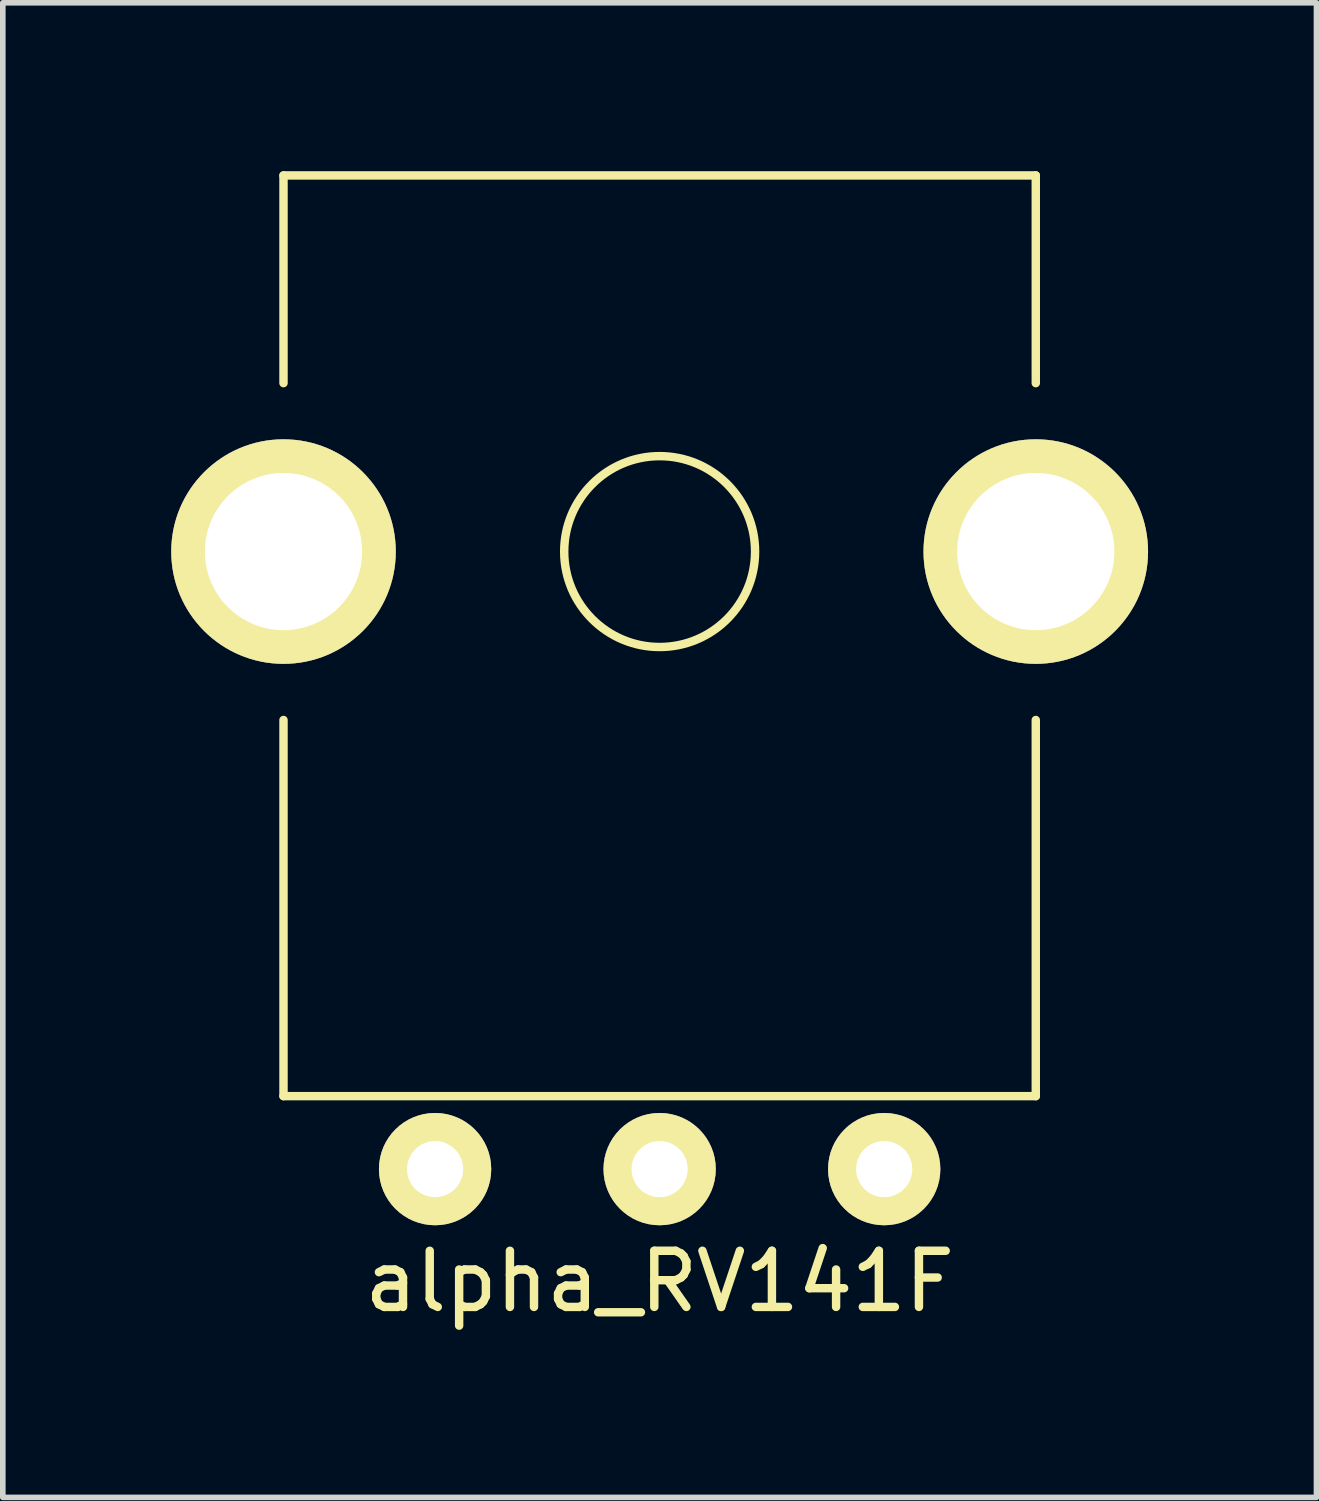
<source format=kicad_pcb>
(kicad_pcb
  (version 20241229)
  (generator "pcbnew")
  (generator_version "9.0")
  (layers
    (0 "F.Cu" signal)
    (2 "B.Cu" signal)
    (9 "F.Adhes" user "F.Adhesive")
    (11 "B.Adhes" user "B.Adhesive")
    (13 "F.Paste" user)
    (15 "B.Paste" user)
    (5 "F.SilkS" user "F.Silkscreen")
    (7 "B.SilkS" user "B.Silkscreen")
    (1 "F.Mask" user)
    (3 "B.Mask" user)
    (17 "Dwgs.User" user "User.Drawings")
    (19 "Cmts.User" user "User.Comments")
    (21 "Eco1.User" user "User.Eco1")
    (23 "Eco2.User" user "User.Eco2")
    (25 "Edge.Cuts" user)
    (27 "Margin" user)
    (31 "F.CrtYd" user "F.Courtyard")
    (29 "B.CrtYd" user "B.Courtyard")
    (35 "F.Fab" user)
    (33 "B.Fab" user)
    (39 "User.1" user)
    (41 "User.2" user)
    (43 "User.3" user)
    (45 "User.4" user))
  (footprint "alpha_RV141F"
    (layer "F.Cu")
    (at 8.7 6.775)
    (property "Reference" "alpha_RV141F" (at 0 13 0) (layer "F.SilkS") (effects (font (size 1 1) (thickness 0.15))))
    (attr through_hole)
    (fp_line (start -6.7 -6.7) (end 6.7 -6.7) (stroke (width 0.15) (type solid)) (layer "F.SilkS"))
    (fp_line (start -6.7 -3) (end -6.7 -6.7) (stroke (width 0.15) (type solid)) (layer "F.SilkS"))
    (fp_line (start -6.7 3) (end -6.7 9.7) (stroke (width 0.15) (type solid)) (layer "F.SilkS"))
    (fp_line (start -6.7 9.7) (end 6.7 9.7) (stroke (width 0.15) (type solid)) (layer "F.SilkS"))
    (fp_line (start 6.7 -6.7) (end 6.7 -3) (stroke (width 0.15) (type solid)) (layer "F.SilkS"))
    (fp_line (start 6.7 9.7) (end 6.7 3) (stroke (width 0.15) (type solid)) (layer "F.SilkS"))
    (fp_circle (center 0 0) (end 0 -1.7) (stroke (width 0.15) (type solid)) (fill no) (layer "F.SilkS"))
    (pad "" thru_hole circle (at -6.7 0) (size 4 4) (drill 2.8) (layers "*.Cu" "*.Mask" "F.SilkS"))
    (pad "" thru_hole circle (at 6.7 0) (size 4 4) (drill 2.8) (layers "*.Cu" "*.Mask" "F.SilkS"))
    (pad "1" thru_hole circle (at -4 11) (size 2 2) (drill 1) (layers "*.Cu" "*.Mask" "F.SilkS"))
    (pad "2" thru_hole circle (at 0 11) (size 2 2) (drill 1) (layers "*.Cu" "*.Mask" "F.SilkS"))
    (pad "3" thru_hole circle (at 4 11) (size 2 2) (drill 1) (layers "*.Cu" "*.Mask" "F.SilkS")))
  (gr_rect
    (start -3 -3)
    (end 20.4 23.623)
    (stroke (width 0.1) (type default))
    (fill no)
    (layer "Edge.Cuts")))
</source>
